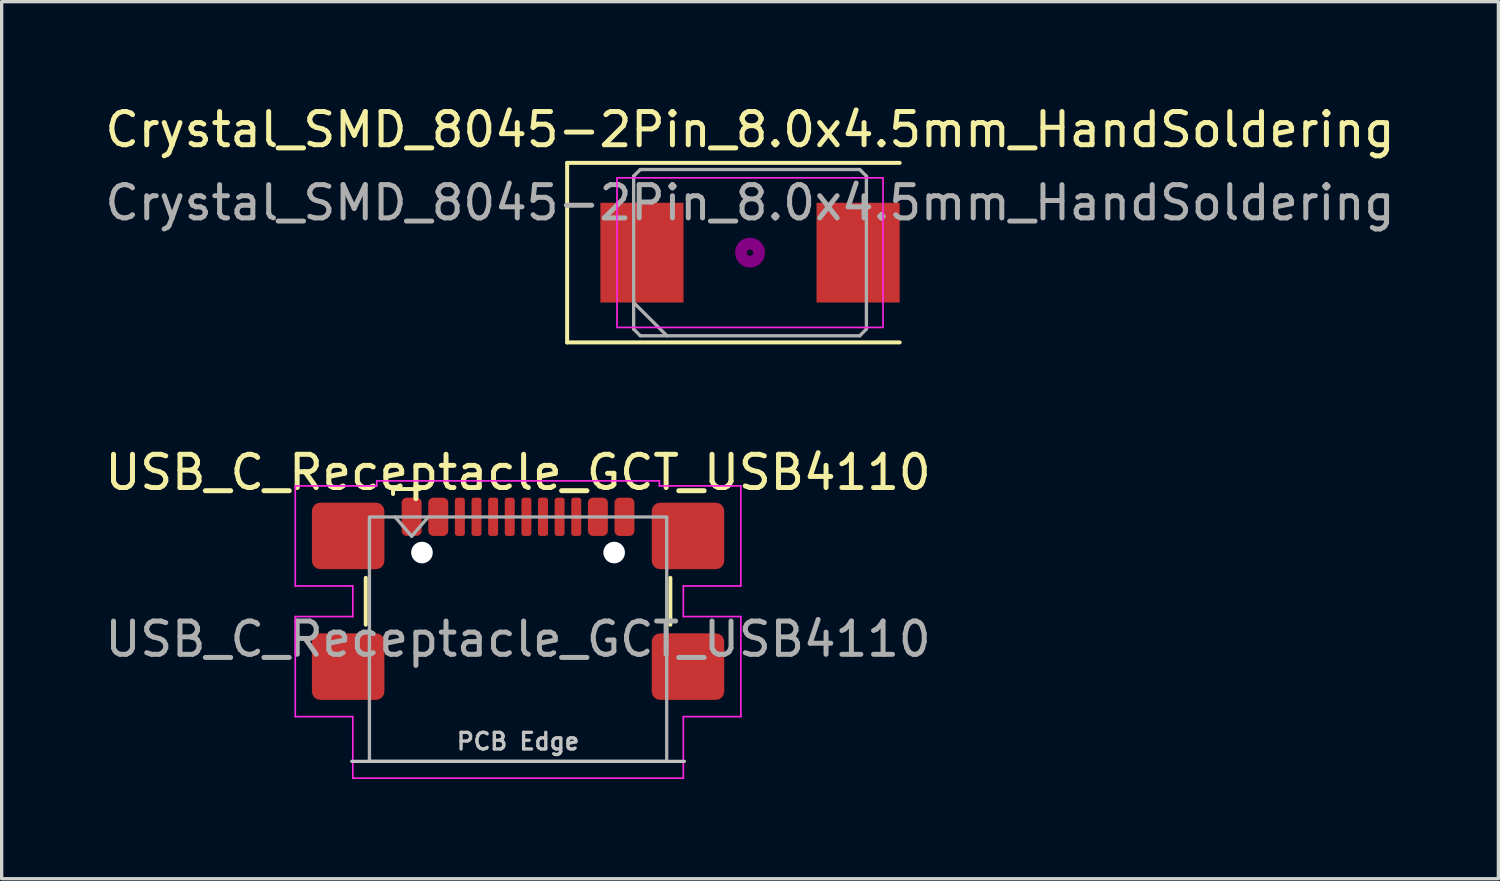
<source format=kicad_pcb>
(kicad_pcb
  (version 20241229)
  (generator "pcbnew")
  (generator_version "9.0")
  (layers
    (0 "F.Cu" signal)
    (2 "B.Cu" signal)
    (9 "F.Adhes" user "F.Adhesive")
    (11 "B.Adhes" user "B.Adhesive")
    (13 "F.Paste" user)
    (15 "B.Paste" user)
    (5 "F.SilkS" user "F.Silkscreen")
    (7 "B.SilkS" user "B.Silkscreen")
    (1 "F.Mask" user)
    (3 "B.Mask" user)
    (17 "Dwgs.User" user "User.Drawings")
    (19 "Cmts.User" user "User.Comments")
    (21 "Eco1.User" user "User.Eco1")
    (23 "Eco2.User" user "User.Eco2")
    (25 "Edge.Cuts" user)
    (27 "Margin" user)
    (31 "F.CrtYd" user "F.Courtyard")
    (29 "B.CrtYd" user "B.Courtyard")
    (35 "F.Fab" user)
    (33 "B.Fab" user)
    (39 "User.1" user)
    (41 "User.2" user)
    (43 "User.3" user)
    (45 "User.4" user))
  (footprint "Crystal_SMD_8045-2Pin_8.0x4.5mm_HandSoldering"
    (layer "F.Cu")
    (at 19.506 4.548)
    (property "Reference" "Crystal_SMD_8045-2Pin_8.0x4.5mm_HandSoldering" (at 0 -3.7 0) (layer "F.SilkS") (effects (font (size 1 1) (thickness 0.15))))
    (attr smd)
    (fp_line (start -5.5 -2.7) (end -5.5 2.7) (stroke (width 0.12) (type solid)) (layer "F.SilkS"))
    (fp_line (start -5.5 2.7) (end 4.5 2.7) (stroke (width 0.12) (type solid)) (layer "F.SilkS"))
    (fp_line (start 4.5 -2.7) (end -5.5 -2.7) (stroke (width 0.12) (type solid)) (layer "F.SilkS"))
    (fp_circle (center 0 0) (end 0.093 0) (stroke (width 0.187) (type solid)) (fill no) (layer "F.Adhes"))
    (fp_circle (center 0 0) (end 0.213 0) (stroke (width 0.133) (type solid)) (fill no) (layer "F.Adhes"))
    (fp_circle (center 0 0) (end 0.333 0) (stroke (width 0.133) (type solid)) (fill no) (layer "F.Adhes"))
    (fp_circle (center 0 0) (end 0.4 0) (stroke (width 0.1) (type solid)) (fill no) (layer "F.Adhes"))
    (fp_rect (start -4 -2.25) (end 4 2.25) (stroke (width 0.05) (type default)) (fill no) (layer "F.CrtYd"))
    (fp_rect (start 5.5 -1) (end 5.5 -1) (stroke (width 0.05) (type default)) (fill no) (layer "F.CrtYd"))
    (fp_line (start -3.5 -2.3) (end -3.3 -2.5) (stroke (width 0.1) (type solid)) (layer "F.Fab"))
    (fp_line (start -3.5 1.5) (end -2.5 2.5) (stroke (width 0.1) (type solid)) (layer "F.Fab"))
    (fp_line (start -3.5 2.3) (end -3.5 -2.3) (stroke (width 0.1) (type solid)) (layer "F.Fab"))
    (fp_line (start -3.3 -2.5) (end 3.3 -2.5) (stroke (width 0.1) (type solid)) (layer "F.Fab"))
    (fp_line (start -3.3 2.5) (end -3.5 2.3) (stroke (width 0.1) (type solid)) (layer "F.Fab"))
    (fp_line (start 3.3 -2.5) (end 3.5 -2.3) (stroke (width 0.1) (type solid)) (layer "F.Fab"))
    (fp_line (start 3.3 2.5) (end -3.3 2.5) (stroke (width 0.1) (type solid)) (layer "F.Fab"))
    (fp_line (start 3.5 -2.3) (end 3.5 2.3) (stroke (width 0.1) (type solid)) (layer "F.Fab"))
    (fp_line (start 3.5 2.3) (end 3.3 2.5) (stroke (width 0.1) (type solid)) (layer "F.Fab"))
    (fp_text user "${REFERENCE}" (at 0 -1.5 0) (layer "F.Fab") (effects (font (size 1 1) (thickness 0.15))))
    (pad "1" smd rect (at -3.25 0) (size 2.5 3) (layers "F.Cu" "F.Mask" "F.Paste"))
    (pad "2" smd rect (at 3.25 0) (size 2.5 3) (layers "F.Cu" "F.Mask" "F.Paste")))
  (footprint "USB_C_Receptacle_GCT_USB4110"
    (layer "F.Cu")
    (at 12.53 16.172)
    (property "Reference" "USB_C_Receptacle_GCT_USB4110" (at 0 -5.015 0) (unlocked yes) (layer "F.SilkS") (effects (font (size 1 1) (thickness 0.15))))
    (attr smd)
    (fp_line (start -4.58 -0.435) (end -4.58 -1.845) (stroke (width 0.12) (type default)) (layer "F.SilkS"))
    (fp_line (start -3.76 -4.515) (end -3.76 -4.365) (stroke (width 0.12) (type default)) (layer "F.SilkS"))
    (fp_line (start -2.96 -4.515) (end -3.76 -4.515) (stroke (width 0.12) (type default)) (layer "F.SilkS"))
    (fp_line (start 4.58 -0.435) (end 4.58 -1.845) (stroke (width 0.12) (type default)) (layer "F.SilkS"))
    (fp_line (start -5 3.675) (end 5 3.675) (stroke (width 0.1) (type default)) (layer "Dwgs.User"))
    (fp_line (start -6.7 -4.61) (end -4.25 -4.61) (stroke (width 0.05) (type default)) (layer "F.CrtYd"))
    (fp_line (start -6.7 -1.6) (end -6.7 -4.61) (stroke (width 0.05) (type default)) (layer "F.CrtYd"))
    (fp_line (start -6.7 -0.68) (end -4.97 -0.68) (stroke (width 0.05) (type default)) (layer "F.CrtYd"))
    (fp_line (start -6.7 2.33) (end -6.7 -0.68) (stroke (width 0.05) (type default)) (layer "F.CrtYd"))
    (fp_line (start -4.97 -1.6) (end -6.7 -1.6) (stroke (width 0.05) (type default)) (layer "F.CrtYd"))
    (fp_line (start -4.97 -0.68) (end -4.97 -1.6) (stroke (width 0.05) (type default)) (layer "F.CrtYd"))
    (fp_line (start -4.97 2.33) (end -6.7 2.33) (stroke (width 0.05) (type default)) (layer "F.CrtYd"))
    (fp_line (start -4.97 4.18) (end -4.97 2.33) (stroke (width 0.05) (type default)) (layer "F.CrtYd"))
    (fp_line (start -4.25 -4.76) (end 4.25 -4.76) (stroke (width 0.05) (type default)) (layer "F.CrtYd"))
    (fp_line (start -4.25 -4.61) (end -4.25 -4.76) (stroke (width 0.05) (type default)) (layer "F.CrtYd"))
    (fp_line (start 4.25 -4.76) (end 4.25 -4.61) (stroke (width 0.05) (type default)) (layer "F.CrtYd"))
    (fp_line (start 4.25 -4.61) (end 6.7 -4.61) (stroke (width 0.05) (type default)) (layer "F.CrtYd"))
    (fp_line (start 4.97 -1.6) (end 4.97 -0.68) (stroke (width 0.05) (type default)) (layer "F.CrtYd"))
    (fp_line (start 4.97 -0.68) (end 6.7 -0.68) (stroke (width 0.05) (type default)) (layer "F.CrtYd"))
    (fp_line (start 4.97 2.33) (end 4.97 4.18) (stroke (width 0.05) (type default)) (layer "F.CrtYd"))
    (fp_line (start 4.97 4.18) (end -4.97 4.18) (stroke (width 0.05) (type default)) (layer "F.CrtYd"))
    (fp_line (start 6.7 -4.61) (end 6.7 -1.6) (stroke (width 0.05) (type default)) (layer "F.CrtYd"))
    (fp_line (start 6.7 -1.6) (end 4.97 -1.6) (stroke (width 0.05) (type default)) (layer "F.CrtYd"))
    (fp_line (start 6.7 -0.68) (end 6.7 2.33) (stroke (width 0.05) (type default)) (layer "F.CrtYd"))
    (fp_line (start 6.7 2.33) (end 4.97 2.33) (stroke (width 0.05) (type default)) (layer "F.CrtYd"))
    (fp_line (start -3.7 -3.675) (end -3.2 -3.095) (stroke (width 0.1) (type default)) (layer "F.Fab"))
    (fp_line (start -3.2 -3.095) (end -2.7 -3.675) (stroke (width 0.1) (type default)) (layer "F.Fab"))
    (fp_rect (start -4.47 -3.675) (end 4.47 3.675) (stroke (width 0.1) (type default)) (fill no) (layer "F.Fab"))
    (fp_text user "PCB Edge" (at 0 3.075 0) (unlocked yes) (layer "Dwgs.User") (effects (font (size 0.5 0.5) (thickness 0.1) (bold yes))))
    (fp_text user "${REFERENCE}" (at 0 0 0) (unlocked yes) (layer "F.Fab") (effects (font (size 1 1) (thickness 0.15))))
    (pad "" np_thru_hole circle (at -2.89 -2.605) (size 0.65 0.65) (drill 0.65) (layers "*.Cu" "*.Mask"))
    (pad "" np_thru_hole circle (at 2.89 -2.605) (size 0.65 0.65) (drill 0.65) (layers "*.Cu" "*.Mask"))
    (pad "A1/B12" smd roundrect (at -3.2 -3.68) (size 0.6 1.15) (layers "F.Cu" "F.Mask" "F.Paste") (roundrect_rratio 0.25))
    (pad "A4/B9" smd roundrect (at -2.4 -3.68) (size 0.6 1.15) (layers "F.Cu" "F.Mask" "F.Paste") (roundrect_rratio 0.25))
    (pad "A5" smd roundrect (at -1.25 -3.68) (size 0.3 1.15) (layers "F.Cu" "F.Mask" "F.Paste") (roundrect_rratio 0.25))
    (pad "A6" smd roundrect (at -0.25 -3.68) (size 0.3 1.15) (layers "F.Cu" "F.Mask" "F.Paste") (roundrect_rratio 0.25))
    (pad "A7" smd roundrect (at 0.25 -3.68) (size 0.3 1.15) (layers "F.Cu" "F.Mask" "F.Paste") (roundrect_rratio 0.25))
    (pad "A8" smd roundrect (at 1.25 -3.68) (size 0.3 1.15) (layers "F.Cu" "F.Mask" "F.Paste") (roundrect_rratio 0.25))
    (pad "A12/B1" smd roundrect (at 3.2 -3.68) (size 0.6 1.15) (layers "F.Cu" "F.Mask" "F.Paste") (roundrect_rratio 0.25))
    (pad "B4/A9" smd roundrect (at 2.4 -3.68) (size 0.6 1.15) (layers "F.Cu" "F.Mask" "F.Paste") (roundrect_rratio 0.25))
    (pad "B5" smd roundrect (at 1.75 -3.68) (size 0.3 1.15) (layers "F.Cu" "F.Mask" "F.Paste") (roundrect_rratio 0.25))
    (pad "B6" smd roundrect (at 0.75 -3.68) (size 0.3 1.15) (layers "F.Cu" "F.Mask" "F.Paste") (roundrect_rratio 0.25))
    (pad "B7" smd roundrect (at -0.75 -3.68) (size 0.3 1.15) (layers "F.Cu" "F.Mask" "F.Paste") (roundrect_rratio 0.25))
    (pad "B8" smd roundrect (at -1.75 -3.68) (size 0.3 1.15) (layers "F.Cu" "F.Mask" "F.Paste") (roundrect_rratio 0.25))
    (pad "S1" smd roundrect (at -5.11 -3.105) (size 2.18 2) (layers "F.Cu" "F.Mask" "F.Paste") (roundrect_rratio 0.125))
    (pad "S1" smd roundrect (at -5.11 0.825) (size 2.18 2) (layers "F.Cu" "F.Mask" "F.Paste") (roundrect_rratio 0.125))
    (pad "S1" smd roundrect (at 5.11 -3.105) (size 2.18 2) (layers "F.Cu" "F.Mask" "F.Paste") (roundrect_rratio 0.125))
    (pad "S1" smd roundrect (at 5.11 0.825) (size 2.18 2) (layers "F.Cu" "F.Mask" "F.Paste") (roundrect_rratio 0.125)))
  (gr_rect
    (start -3 -3)
    (end 42.012 23.377)
    (stroke (width 0.1) (type default))
    (fill no)
    (layer "Edge.Cuts")))
</source>
